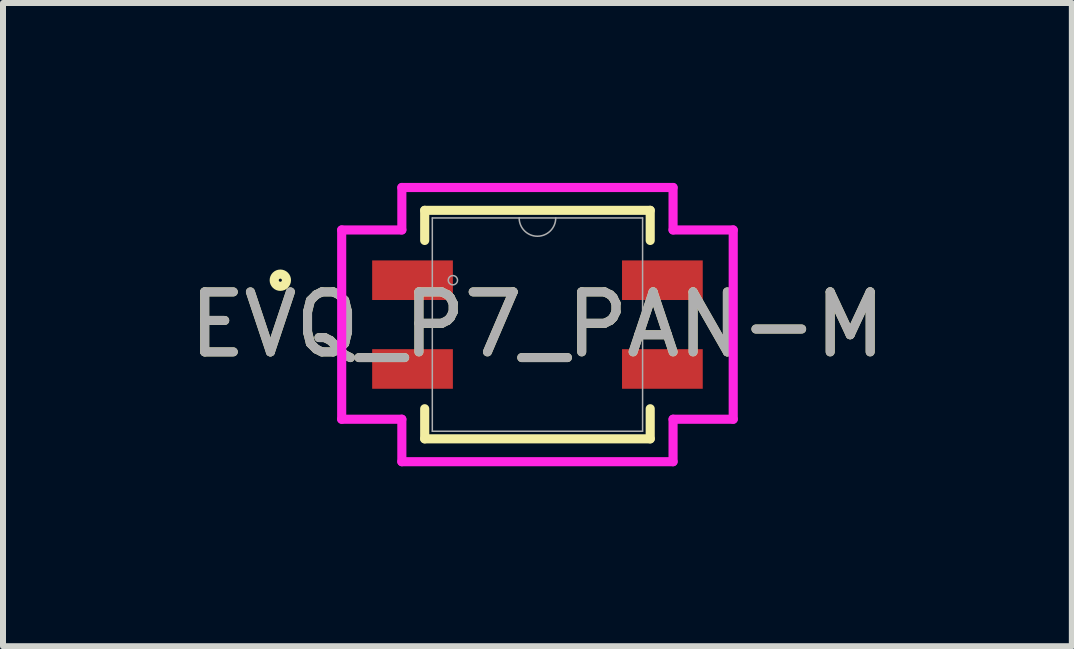
<source format=kicad_pcb>
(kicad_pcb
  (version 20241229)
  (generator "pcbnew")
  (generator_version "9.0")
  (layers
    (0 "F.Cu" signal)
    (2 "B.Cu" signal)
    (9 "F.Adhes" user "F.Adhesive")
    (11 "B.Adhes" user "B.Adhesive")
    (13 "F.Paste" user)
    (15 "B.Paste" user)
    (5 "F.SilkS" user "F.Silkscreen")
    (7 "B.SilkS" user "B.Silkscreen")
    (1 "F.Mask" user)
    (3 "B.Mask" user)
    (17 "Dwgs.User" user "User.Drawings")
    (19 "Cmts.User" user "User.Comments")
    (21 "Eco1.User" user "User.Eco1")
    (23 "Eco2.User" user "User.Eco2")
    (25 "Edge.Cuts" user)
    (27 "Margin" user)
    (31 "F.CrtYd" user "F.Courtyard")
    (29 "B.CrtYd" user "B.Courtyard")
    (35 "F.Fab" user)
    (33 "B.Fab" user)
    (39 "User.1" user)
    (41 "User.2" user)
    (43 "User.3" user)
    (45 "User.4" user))
  (footprint "EVQ_P7_PAN-M"
    (layer "F.Cu")
    (at 5.911 2.362)
    (property "Reference" "EVQ_P7_PAN-M" (at 0 0 0) (unlocked yes) (layer "F.SilkS") (effects (font (size 1 1) (thickness 0.15))))
    (attr smd)
    (fp_line (start -1.88 -1.905) (end -1.88 -1.403) (stroke (width 0.152) (type solid)) (layer "F.SilkS"))
    (fp_line (start -1.88 1.403) (end -1.88 1.905) (stroke (width 0.152) (type solid)) (layer "F.SilkS"))
    (fp_line (start -1.88 1.905) (end 1.88 1.905) (stroke (width 0.152) (type solid)) (layer "F.SilkS"))
    (fp_line (start 1.88 -1.905) (end -1.88 -1.905) (stroke (width 0.152) (type solid)) (layer "F.SilkS"))
    (fp_line (start 1.88 -1.403) (end 1.88 -1.905) (stroke (width 0.152) (type solid)) (layer "F.SilkS"))
    (fp_line (start 1.88 1.905) (end 1.88 1.403) (stroke (width 0.152) (type solid)) (layer "F.SilkS"))
    (fp_circle (center -4.287 -0.74) (end -4.185 -0.74) (stroke (width 0.152) (type solid)) (fill no) (layer "F.SilkS"))
    (fp_line (start -3.264 -1.578) (end -2.261 -1.578) (stroke (width 0.152) (type solid)) (layer "F.CrtYd"))
    (fp_line (start -3.264 1.578) (end -3.264 -1.578) (stroke (width 0.152) (type solid)) (layer "F.CrtYd"))
    (fp_line (start -3.264 1.578) (end -2.261 1.578) (stroke (width 0.152) (type solid)) (layer "F.CrtYd"))
    (fp_line (start -2.261 -2.286) (end 2.261 -2.286) (stroke (width 0.152) (type solid)) (layer "F.CrtYd"))
    (fp_line (start -2.261 -1.578) (end -2.261 -2.286) (stroke (width 0.152) (type solid)) (layer "F.CrtYd"))
    (fp_line (start -2.261 2.286) (end -2.261 1.578) (stroke (width 0.152) (type solid)) (layer "F.CrtYd"))
    (fp_line (start 2.261 -2.286) (end 2.261 -1.578) (stroke (width 0.152) (type solid)) (layer "F.CrtYd"))
    (fp_line (start 2.261 1.578) (end 2.261 2.286) (stroke (width 0.152) (type solid)) (layer "F.CrtYd"))
    (fp_line (start 2.261 2.286) (end -2.261 2.286) (stroke (width 0.152) (type solid)) (layer "F.CrtYd"))
    (fp_line (start 3.264 -1.578) (end 2.261 -1.578) (stroke (width 0.152) (type solid)) (layer "F.CrtYd"))
    (fp_line (start 3.264 -1.578) (end 3.264 1.578) (stroke (width 0.152) (type solid)) (layer "F.CrtYd"))
    (fp_line (start 3.264 1.578) (end 2.261 1.578) (stroke (width 0.152) (type solid)) (layer "F.CrtYd"))
    (fp_line (start -1.753 -1.778) (end -1.753 1.778) (stroke (width 0.025) (type solid)) (layer "F.Fab"))
    (fp_line (start -1.753 1.778) (end 1.753 1.778) (stroke (width 0.025) (type solid)) (layer "F.Fab"))
    (fp_line (start 1.753 -1.778) (end -1.753 -1.778) (stroke (width 0.025) (type solid)) (layer "F.Fab"))
    (fp_line (start 1.753 1.778) (end 1.753 -1.778) (stroke (width 0.025) (type solid)) (layer "F.Fab"))
    (fp_arc (start 0.3048 -1.778) (mid 0 -1.4732) (end -0.3048 -1.778) (stroke (width 0.0254) (type solid)) (layer "F.Fab"))
    (fp_circle (center -1.41 -0.74) (end -1.333 -0.74) (stroke (width 0.025) (type solid)) (fill no) (layer "F.Fab"))
    (fp_text user "${REFERENCE}" (at 0 0 0) (unlocked yes) (layer "F.Fab") (effects (font (size 1 1) (thickness 0.15))))
    (pad "1" smd rect (at -2.083 -0.74) (size 1.346 0.66) (layers "F.Cu" "F.Mask" "F.Paste"))
    (pad "1*" smd rect (at 2.083 -0.74) (size 1.346 0.66) (layers "F.Cu" "F.Mask" "F.Paste"))
    (pad "2" smd rect (at -2.083 0.74) (size 1.346 0.66) (layers "F.Cu" "F.Mask" "F.Paste"))
    (pad "2*" smd rect (at 2.083 0.74) (size 1.346 0.66) (layers "F.Cu" "F.Mask" "F.Paste")))
  (gr_rect
    (start -3 -3)
    (end 14.821 7.724)
    (stroke (width 0.1) (type default))
    (fill no)
    (layer "Edge.Cuts")))
</source>
